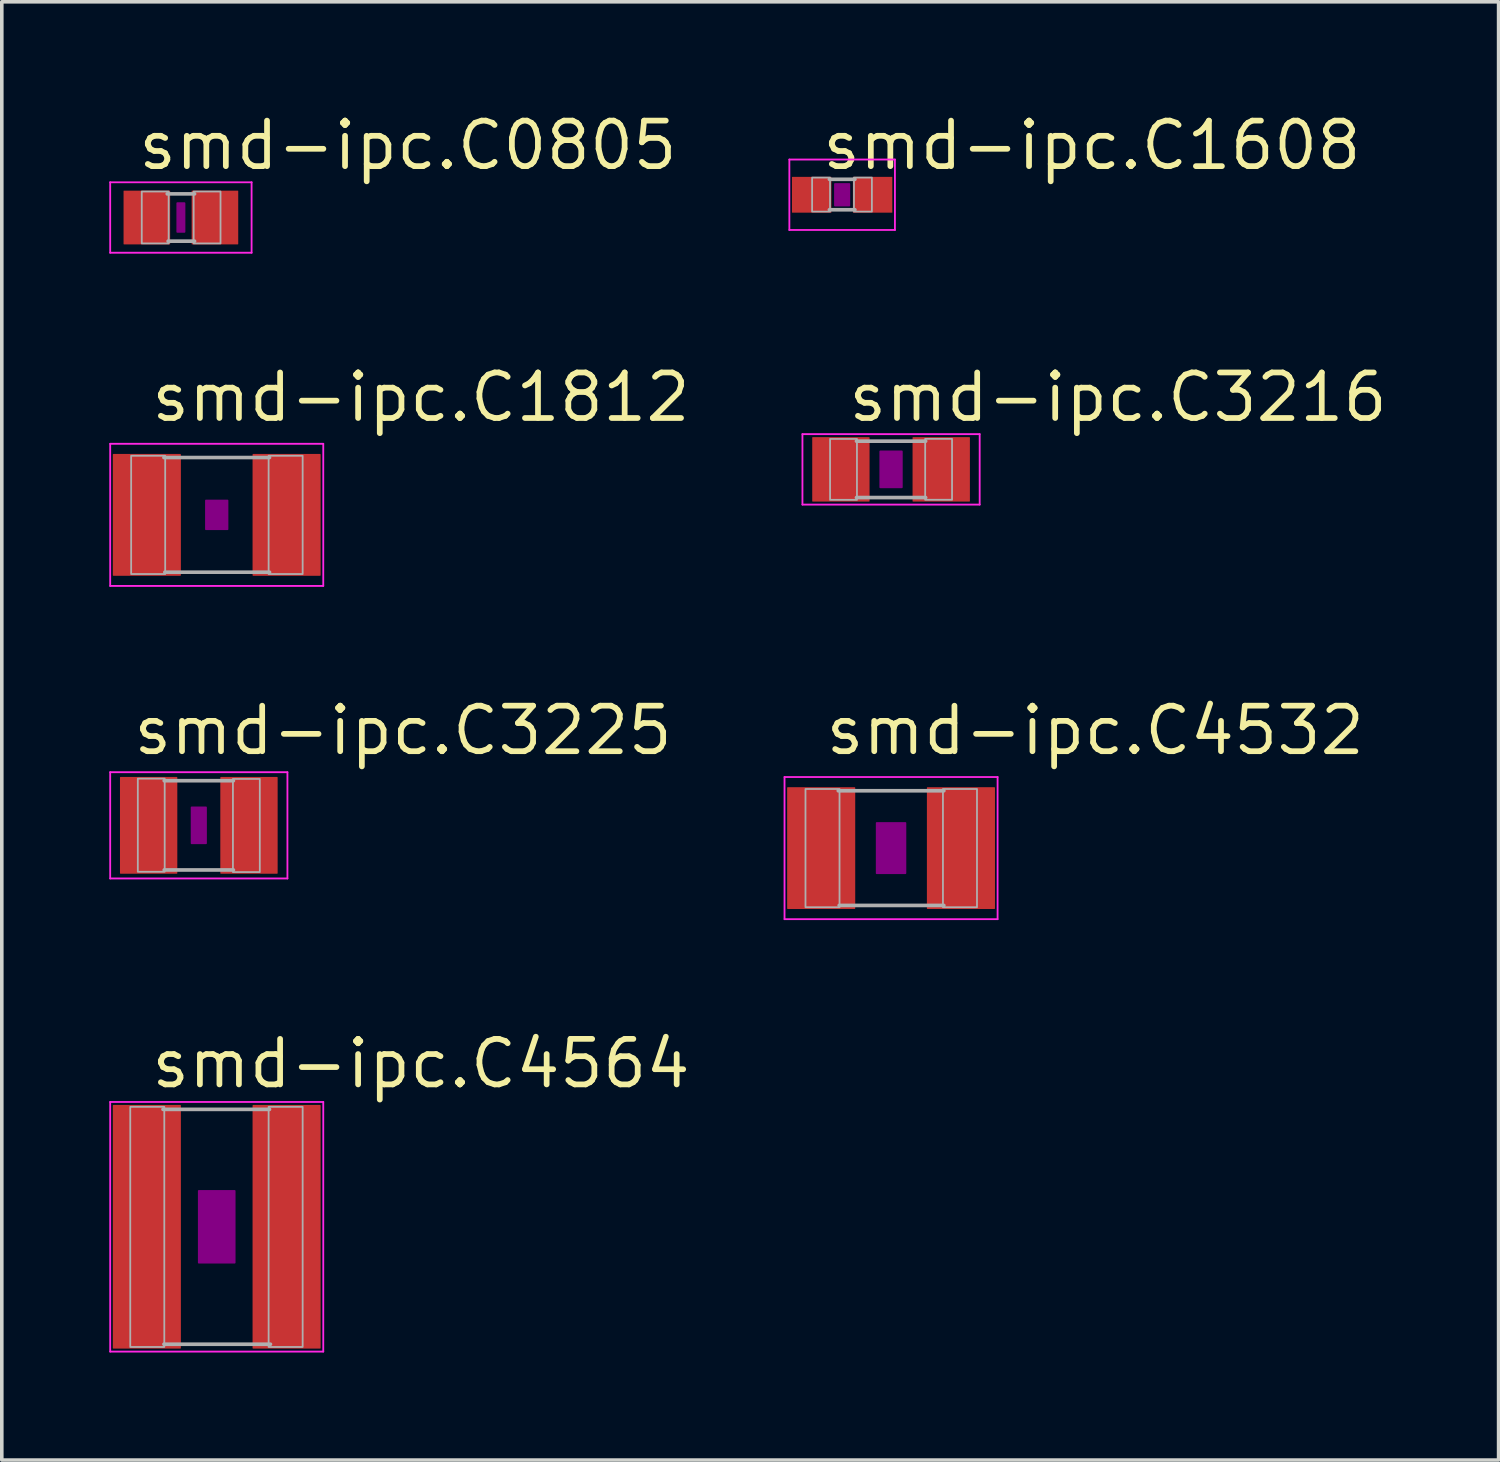
<source format=kicad_pcb>
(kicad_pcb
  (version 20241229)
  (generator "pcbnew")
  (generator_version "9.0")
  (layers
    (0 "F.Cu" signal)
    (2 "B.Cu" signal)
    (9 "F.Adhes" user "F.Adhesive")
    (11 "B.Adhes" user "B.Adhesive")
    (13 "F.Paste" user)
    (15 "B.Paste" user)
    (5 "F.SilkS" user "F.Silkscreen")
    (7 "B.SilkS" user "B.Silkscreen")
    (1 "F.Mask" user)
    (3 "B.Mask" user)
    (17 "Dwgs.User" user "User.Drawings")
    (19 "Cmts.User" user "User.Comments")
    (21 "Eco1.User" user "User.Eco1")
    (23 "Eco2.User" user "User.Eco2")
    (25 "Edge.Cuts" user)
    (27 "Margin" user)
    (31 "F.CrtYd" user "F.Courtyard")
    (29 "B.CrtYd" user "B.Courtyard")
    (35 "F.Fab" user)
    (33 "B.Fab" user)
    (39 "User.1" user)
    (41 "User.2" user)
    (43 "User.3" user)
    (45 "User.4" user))
  (footprint "smd-ipc.C3225"
    (layer "F.Cu")
    (at 2.498 19.982)
    (property "Reference" "smd-ipc.C3225" (at -1.905 -1.905 0) (layer "F.SilkS") (effects (font (size 1.27 1.27) (thickness 0.16)) (justify left bottom)))
    (attr smd)
    (fp_rect (start -0.2 0.5) (end 0.2 -0.5) (stroke (width 0.05) (type default)) (fill yes) (layer "F.Adhes"))
    (fp_line (start -2.473 -1.483) (end 2.473 -1.483) (stroke (width 0.051) (type default)) (layer "F.CrtYd"))
    (fp_line (start -2.473 1.483) (end -2.473 -1.483) (stroke (width 0.051) (type default)) (layer "F.CrtYd"))
    (fp_line (start 2.473 -1.483) (end 2.473 1.483) (stroke (width 0.051) (type default)) (layer "F.CrtYd"))
    (fp_line (start 2.473 1.483) (end -2.473 1.483) (stroke (width 0.051) (type default)) (layer "F.CrtYd"))
    (fp_line (start -0.965 -1.245) (end 0.965 -1.245) (stroke (width 0.102) (type default)) (layer "F.Fab"))
    (fp_line (start -0.965 1.245) (end 0.965 1.245) (stroke (width 0.102) (type default)) (layer "F.Fab"))
    (fp_rect (start -1.702 1.295) (end -0.952 -1.304) (stroke (width 0.05) (type default)) (fill no) (layer "F.Fab"))
    (fp_rect (start 0.952 1.304) (end 1.702 -1.295) (stroke (width 0.05) (type default)) (fill no) (layer "F.Fab"))
    (pad "1" smd roundrect (at -1.4 0) (size 1.6 2.7) (layers "F.Cu" "F.Mask" "F.Paste") (roundrect_rratio 0.01))
    (pad "2" smd roundrect (at 1.4 0) (size 1.6 2.7) (layers "F.Cu" "F.Mask" "F.Paste") (roundrect_rratio 0.01)))
  (footprint "smd-ipc.C4532"
    (layer "F.Cu")
    (at 21.816 20.617)
    (property "Reference" "smd-ipc.C4532" (at -1.905 -2.54 0) (layer "F.SilkS") (effects (font (size 1.27 1.27) (thickness 0.16)) (justify left bottom)))
    (attr smd)
    (fp_rect (start -0.4 0.7) (end 0.4 -0.7) (stroke (width 0.05) (type default)) (fill yes) (layer "F.Adhes"))
    (fp_line (start -2.973 -1.983) (end 2.973 -1.983) (stroke (width 0.051) (type default)) (layer "F.CrtYd"))
    (fp_line (start -2.973 1.983) (end -2.973 -1.983) (stroke (width 0.051) (type default)) (layer "F.CrtYd"))
    (fp_line (start 2.973 -1.983) (end 2.973 1.983) (stroke (width 0.051) (type default)) (layer "F.CrtYd"))
    (fp_line (start 2.973 1.983) (end -2.973 1.983) (stroke (width 0.051) (type default)) (layer "F.CrtYd"))
    (fp_line (start -1.473 -1.6) (end 1.473 -1.6) (stroke (width 0.102) (type default)) (layer "F.Fab"))
    (fp_line (start -1.448 1.6) (end 1.473 1.6) (stroke (width 0.102) (type default)) (layer "F.Fab"))
    (fp_rect (start -2.388 1.651) (end -1.438 -1.649) (stroke (width 0.05) (type default)) (fill no) (layer "F.Fab"))
    (fp_rect (start 1.448 1.651) (end 2.398 -1.649) (stroke (width 0.05) (type default)) (fill no) (layer "F.Fab"))
    (pad "1" smd roundrect (at -1.95 0) (size 1.9 3.4) (layers "F.Cu" "F.Mask" "F.Paste") (roundrect_rratio 0.01))
    (pad "2" smd roundrect (at 1.95 0) (size 1.9 3.4) (layers "F.Cu" "F.Mask" "F.Paste") (roundrect_rratio 0.01)))
  (footprint "smd-ipc.C4564"
    (layer "F.Cu")
    (at 2.998 31.185)
    (property "Reference" "smd-ipc.C4564" (at -1.905 -3.81 0) (layer "F.SilkS") (effects (font (size 1.27 1.27) (thickness 0.16)) (justify left bottom)))
    (attr smd)
    (fp_rect (start -0.5 1) (end 0.5 -1) (stroke (width 0.05) (type default)) (fill yes) (layer "F.Adhes"))
    (fp_line (start -2.973 -3.483) (end 2.973 -3.483) (stroke (width 0.051) (type default)) (layer "F.CrtYd"))
    (fp_line (start -2.973 3.483) (end -2.973 -3.483) (stroke (width 0.051) (type default)) (layer "F.CrtYd"))
    (fp_line (start 2.973 -3.483) (end 2.973 3.483) (stroke (width 0.051) (type default)) (layer "F.CrtYd"))
    (fp_line (start 2.973 3.483) (end -2.973 3.483) (stroke (width 0.051) (type default)) (layer "F.CrtYd"))
    (fp_line (start -1.499 -3.277) (end 1.473 -3.277) (stroke (width 0.102) (type default)) (layer "F.Fab"))
    (fp_line (start -1.473 3.277) (end 1.499 3.277) (stroke (width 0.102) (type default)) (layer "F.Fab"))
    (fp_rect (start -2.413 3.353) (end -1.463 -3.347) (stroke (width 0.05) (type default)) (fill no) (layer "F.Fab"))
    (fp_rect (start 1.448 3.353) (end 2.398 -3.347) (stroke (width 0.05) (type default)) (fill no) (layer "F.Fab"))
    (pad "1" smd roundrect (at -1.95 0) (size 1.9 6.8) (layers "F.Cu" "F.Mask" "F.Paste") (roundrect_rratio 0.01))
    (pad "2" smd roundrect (at 1.95 0) (size 1.9 6.8) (layers "F.Cu" "F.Mask" "F.Paste") (roundrect_rratio 0.01)))
  (footprint "smd-ipc.C3216"
    (layer "F.Cu")
    (at 21.816 10.048)
    (property "Reference" "smd-ipc.C3216" (at -1.27 -1.27 0) (layer "F.SilkS") (effects (font (size 1.27 1.27) (thickness 0.16)) (justify left bottom)))
    (attr smd)
    (fp_rect (start -0.3 0.5) (end 0.3 -0.5) (stroke (width 0.05) (type default)) (fill yes) (layer "F.Adhes"))
    (fp_line (start -2.473 -0.983) (end 2.473 -0.983) (stroke (width 0.051) (type default)) (layer "F.CrtYd"))
    (fp_line (start -2.473 0.983) (end -2.473 -0.983) (stroke (width 0.051) (type default)) (layer "F.CrtYd"))
    (fp_line (start 2.473 -0.983) (end 2.473 0.983) (stroke (width 0.051) (type default)) (layer "F.CrtYd"))
    (fp_line (start 2.473 0.983) (end -2.473 0.983) (stroke (width 0.051) (type default)) (layer "F.CrtYd"))
    (fp_line (start -0.965 -0.787) (end 0.965 -0.787) (stroke (width 0.102) (type default)) (layer "F.Fab"))
    (fp_line (start -0.965 0.787) (end 0.965 0.787) (stroke (width 0.102) (type default)) (layer "F.Fab"))
    (fp_rect (start -1.702 0.851) (end -0.952 -0.849) (stroke (width 0.05) (type default)) (fill no) (layer "F.Fab"))
    (fp_rect (start 0.952 0.849) (end 1.702 -0.851) (stroke (width 0.05) (type default)) (fill no) (layer "F.Fab"))
    (pad "1" smd roundrect (at -1.4 0) (size 1.6 1.8) (layers "F.Cu" "F.Mask" "F.Paste") (roundrect_rratio 0.01))
    (pad "2" smd roundrect (at 1.4 0) (size 1.6 1.8) (layers "F.Cu" "F.Mask" "F.Paste") (roundrect_rratio 0.01)))
  (footprint "smd-ipc.C1608"
    (layer "F.Cu")
    (at 20.451 2.385)
    (property "Reference" "smd-ipc.C1608" (at -0.635 -0.635 0) (layer "F.SilkS") (effects (font (size 1.27 1.27) (thickness 0.16)) (justify left bottom)))
    (attr smd)
    (fp_rect (start -0.2 0.3) (end 0.2 -0.3) (stroke (width 0.05) (type default)) (fill yes) (layer "F.Adhes"))
    (fp_line (start -1.473 -0.983) (end 1.473 -0.983) (stroke (width 0.051) (type default)) (layer "F.CrtYd"))
    (fp_line (start -1.473 0.983) (end -1.473 -0.983) (stroke (width 0.051) (type default)) (layer "F.CrtYd"))
    (fp_line (start 1.473 -0.983) (end 1.473 0.983) (stroke (width 0.051) (type default)) (layer "F.CrtYd"))
    (fp_line (start 1.473 0.983) (end -1.473 0.983) (stroke (width 0.051) (type default)) (layer "F.CrtYd"))
    (fp_line (start -0.356 -0.432) (end 0.356 -0.432) (stroke (width 0.102) (type default)) (layer "F.Fab"))
    (fp_line (start -0.356 0.419) (end 0.356 0.419) (stroke (width 0.102) (type default)) (layer "F.Fab"))
    (fp_rect (start -0.838 0.47) (end -0.338 -0.48) (stroke (width 0.05) (type default)) (fill no) (layer "F.Fab"))
    (fp_rect (start 0.33 0.47) (end 0.83 -0.48) (stroke (width 0.05) (type default)) (fill no) (layer "F.Fab"))
    (pad "1" smd roundrect (at -0.85 0) (size 1.1 1) (layers "F.Cu" "F.Mask" "F.Paste") (roundrect_rratio 0.01))
    (pad "2" smd roundrect (at 0.85 0) (size 1.1 1) (layers "F.Cu" "F.Mask" "F.Paste") (roundrect_rratio 0.01)))
  (footprint "smd-ipc.C1812"
    (layer "F.Cu")
    (at 2.998 11.318)
    (property "Reference" "smd-ipc.C1812" (at -1.905 -2.54 0) (layer "F.SilkS") (effects (font (size 1.27 1.27) (thickness 0.16)) (justify left bottom)))
    (attr smd)
    (fp_rect (start -0.3 0.4) (end 0.3 -0.4) (stroke (width 0.05) (type default)) (fill yes) (layer "F.Adhes"))
    (fp_line (start -2.973 -1.983) (end 2.973 -1.983) (stroke (width 0.051) (type default)) (layer "F.CrtYd"))
    (fp_line (start -2.973 1.983) (end -2.973 -1.983) (stroke (width 0.051) (type default)) (layer "F.CrtYd"))
    (fp_line (start 2.973 -1.983) (end 2.973 1.983) (stroke (width 0.051) (type default)) (layer "F.CrtYd"))
    (fp_line (start 2.973 1.983) (end -2.973 1.983) (stroke (width 0.051) (type default)) (layer "F.CrtYd"))
    (fp_line (start -1.473 -1.6) (end 1.473 -1.6) (stroke (width 0.102) (type default)) (layer "F.Fab"))
    (fp_line (start -1.448 1.6) (end 1.473 1.6) (stroke (width 0.102) (type default)) (layer "F.Fab"))
    (fp_rect (start -2.388 1.651) (end -1.438 -1.649) (stroke (width 0.05) (type default)) (fill no) (layer "F.Fab"))
    (fp_rect (start 1.448 1.651) (end 2.398 -1.649) (stroke (width 0.05) (type default)) (fill no) (layer "F.Fab"))
    (pad "1" smd roundrect (at -1.95 0) (size 1.9 3.4) (layers "F.Cu" "F.Mask" "F.Paste") (roundrect_rratio 0.01))
    (pad "2" smd roundrect (at 1.95 0) (size 1.9 3.4) (layers "F.Cu" "F.Mask" "F.Paste") (roundrect_rratio 0.01)))
  (footprint "smd-ipc.C0805"
    (layer "F.Cu")
    (at 1.998 3.02)
    (property "Reference" "smd-ipc.C0805" (at -1.27 -1.27 0) (layer "F.SilkS") (effects (font (size 1.27 1.27) (thickness 0.16)) (justify left bottom)))
    (attr smd)
    (fp_rect (start -0.1 0.4) (end 0.1 -0.4) (stroke (width 0.05) (type default)) (fill yes) (layer "F.Adhes"))
    (fp_line (start -1.973 -0.983) (end 1.973 -0.983) (stroke (width 0.051) (type default)) (layer "F.CrtYd"))
    (fp_line (start -1.973 0.983) (end -1.973 -0.983) (stroke (width 0.051) (type default)) (layer "F.CrtYd"))
    (fp_line (start 1.973 -0.983) (end 1.973 0.983) (stroke (width 0.051) (type default)) (layer "F.CrtYd"))
    (fp_line (start 1.973 0.983) (end -1.973 0.983) (stroke (width 0.051) (type default)) (layer "F.CrtYd"))
    (fp_line (start -0.381 -0.66) (end 0.381 -0.66) (stroke (width 0.102) (type default)) (layer "F.Fab"))
    (fp_line (start -0.356 0.66) (end 0.381 0.66) (stroke (width 0.102) (type default)) (layer "F.Fab"))
    (fp_rect (start -1.092 0.724) (end -0.342 -0.726) (stroke (width 0.05) (type default)) (fill no) (layer "F.Fab"))
    (fp_rect (start 0.356 0.724) (end 1.106 -0.726) (stroke (width 0.05) (type default)) (fill no) (layer "F.Fab"))
    (pad "1" smd roundrect (at -0.95 0) (size 1.3 1.5) (layers "F.Cu" "F.Mask" "F.Paste") (roundrect_rratio 0.01))
    (pad "2" smd roundrect (at 0.95 0) (size 1.3 1.5) (layers "F.Cu" "F.Mask" "F.Paste") (roundrect_rratio 0.01)))
  (gr_rect
    (start -3 -3)
    (end 38.77 37.694)
    (stroke (width 0.1) (type default))
    (fill no)
    (layer "Edge.Cuts")))
</source>
